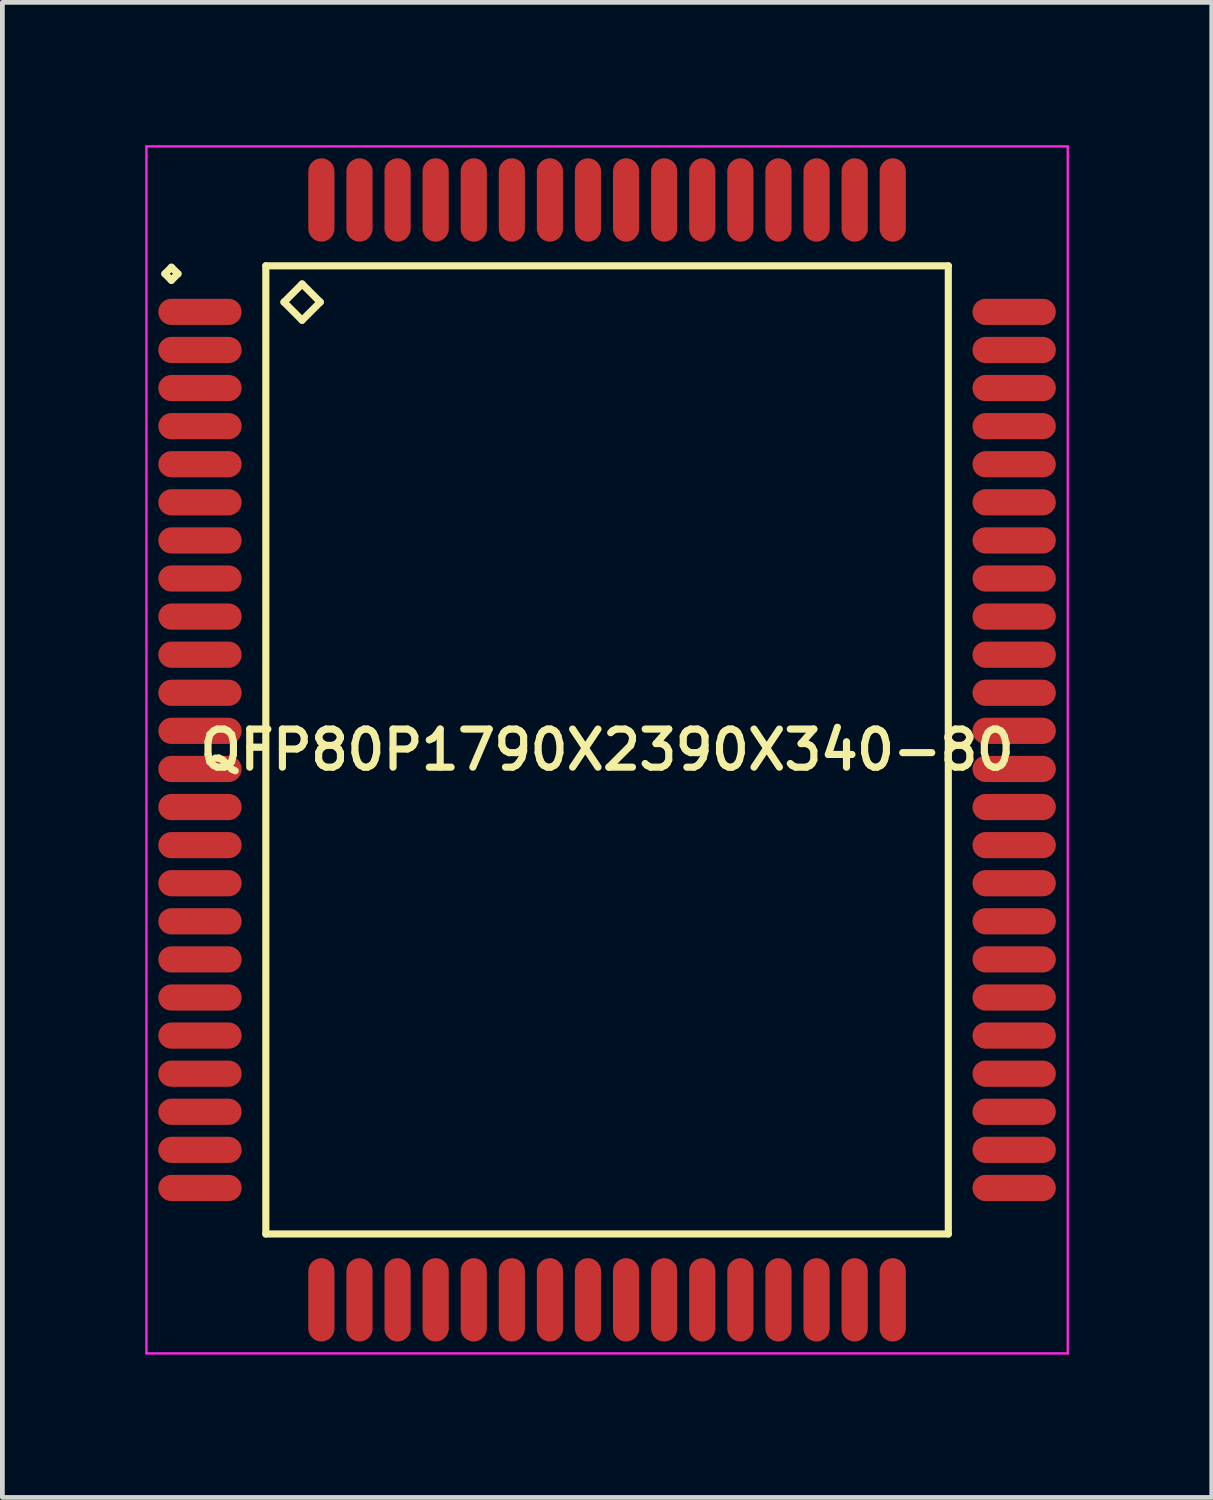
<source format=kicad_pcb>
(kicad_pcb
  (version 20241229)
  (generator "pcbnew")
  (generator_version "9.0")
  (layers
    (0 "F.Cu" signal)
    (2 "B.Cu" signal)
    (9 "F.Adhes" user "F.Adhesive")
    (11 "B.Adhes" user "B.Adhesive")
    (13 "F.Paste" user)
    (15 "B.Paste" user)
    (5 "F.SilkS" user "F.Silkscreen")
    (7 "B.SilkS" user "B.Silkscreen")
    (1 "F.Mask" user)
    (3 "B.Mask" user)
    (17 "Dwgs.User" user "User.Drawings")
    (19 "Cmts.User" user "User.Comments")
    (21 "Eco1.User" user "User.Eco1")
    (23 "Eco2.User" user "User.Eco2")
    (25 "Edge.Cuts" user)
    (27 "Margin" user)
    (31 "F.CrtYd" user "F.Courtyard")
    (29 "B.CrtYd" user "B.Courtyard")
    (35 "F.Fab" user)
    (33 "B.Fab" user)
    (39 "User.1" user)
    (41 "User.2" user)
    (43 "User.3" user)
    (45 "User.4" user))
  (footprint "QFP80P1790X2390X340-80"
    (layer "F.Cu")
    (at 9.7 12.7)
    (property "Reference" "QFP80P1790X2390X340-80" (at 0 0 0) (layer "F.SilkS") (effects (font (size 0.8 0.8) (thickness 0.15))))
    (attr smd)
    (fp_line (start -9.287 -10) (end -9.15 -10.137) (stroke (width 0.15) (type solid)) (layer "F.SilkS"))
    (fp_line (start -9.15 -10.137) (end -9.012 -10) (stroke (width 0.15) (type solid)) (layer "F.SilkS"))
    (fp_line (start -9.15 -9.863) (end -9.287 -10) (stroke (width 0.15) (type solid)) (layer "F.SilkS"))
    (fp_line (start -9.012 -10) (end -9.15 -9.863) (stroke (width 0.15) (type solid)) (layer "F.SilkS"))
    (fp_line (start -7.167 -10.167) (end -7.167 10.167) (stroke (width 0.15) (type solid)) (layer "F.SilkS"))
    (fp_line (start -7.167 10.167) (end 7.167 10.167) (stroke (width 0.15) (type solid)) (layer "F.SilkS"))
    (fp_line (start -6.786 -9.405) (end -6.405 -9.786) (stroke (width 0.15) (type solid)) (layer "F.SilkS"))
    (fp_line (start -6.405 -9.786) (end -6.024 -9.405) (stroke (width 0.15) (type solid)) (layer "F.SilkS"))
    (fp_line (start -6.405 -9.024) (end -6.786 -9.405) (stroke (width 0.15) (type solid)) (layer "F.SilkS"))
    (fp_line (start -6.024 -9.405) (end -6.405 -9.024) (stroke (width 0.15) (type solid)) (layer "F.SilkS"))
    (fp_line (start 7.167 -10.167) (end -7.167 -10.167) (stroke (width 0.15) (type solid)) (layer "F.SilkS"))
    (fp_line (start 7.167 10.167) (end 7.167 -10.167) (stroke (width 0.15) (type solid)) (layer "F.SilkS"))
    (fp_line (start -9.675 -12.675) (end 9.675 -12.675) (stroke (width 0.05) (type solid)) (layer "F.CrtYd"))
    (fp_line (start -9.675 12.675) (end -9.675 -12.675) (stroke (width 0.05) (type solid)) (layer "F.CrtYd"))
    (fp_line (start 9.675 -12.675) (end 9.675 12.675) (stroke (width 0.05) (type solid)) (layer "F.CrtYd"))
    (fp_line (start 9.675 12.675) (end -9.675 12.675) (stroke (width 0.05) (type solid)) (layer "F.CrtYd"))
    (pad "1" smd oval (at -8.55 -9.2) (size 1.75 0.55) (layers "F.Cu" "F.Mask" "F.Paste"))
    (pad "2" smd oval (at -8.55 -8.4) (size 1.75 0.55) (layers "F.Cu" "F.Mask" "F.Paste"))
    (pad "3" smd oval (at -8.55 -7.6) (size 1.75 0.55) (layers "F.Cu" "F.Mask" "F.Paste"))
    (pad "4" smd oval (at -8.55 -6.8) (size 1.75 0.55) (layers "F.Cu" "F.Mask" "F.Paste"))
    (pad "5" smd oval (at -8.55 -6) (size 1.75 0.55) (layers "F.Cu" "F.Mask" "F.Paste"))
    (pad "6" smd oval (at -8.55 -5.2) (size 1.75 0.55) (layers "F.Cu" "F.Mask" "F.Paste"))
    (pad "7" smd oval (at -8.55 -4.4) (size 1.75 0.55) (layers "F.Cu" "F.Mask" "F.Paste"))
    (pad "8" smd oval (at -8.55 -3.6) (size 1.75 0.55) (layers "F.Cu" "F.Mask" "F.Paste"))
    (pad "9" smd oval (at -8.55 -2.8) (size 1.75 0.55) (layers "F.Cu" "F.Mask" "F.Paste"))
    (pad "10" smd oval (at -8.55 -2) (size 1.75 0.55) (layers "F.Cu" "F.Mask" "F.Paste"))
    (pad "11" smd oval (at -8.55 -1.2) (size 1.75 0.55) (layers "F.Cu" "F.Mask" "F.Paste"))
    (pad "12" smd oval (at -8.55 -0.4) (size 1.75 0.55) (layers "F.Cu" "F.Mask" "F.Paste"))
    (pad "13" smd oval (at -8.55 0.4) (size 1.75 0.55) (layers "F.Cu" "F.Mask" "F.Paste"))
    (pad "14" smd oval (at -8.55 1.2) (size 1.75 0.55) (layers "F.Cu" "F.Mask" "F.Paste"))
    (pad "15" smd oval (at -8.55 2) (size 1.75 0.55) (layers "F.Cu" "F.Mask" "F.Paste"))
    (pad "16" smd oval (at -8.55 2.8) (size 1.75 0.55) (layers "F.Cu" "F.Mask" "F.Paste"))
    (pad "17" smd oval (at -8.55 3.6) (size 1.75 0.55) (layers "F.Cu" "F.Mask" "F.Paste"))
    (pad "18" smd oval (at -8.55 4.4) (size 1.75 0.55) (layers "F.Cu" "F.Mask" "F.Paste"))
    (pad "19" smd oval (at -8.55 5.2) (size 1.75 0.55) (layers "F.Cu" "F.Mask" "F.Paste"))
    (pad "20" smd oval (at -8.55 6) (size 1.75 0.55) (layers "F.Cu" "F.Mask" "F.Paste"))
    (pad "21" smd oval (at -8.55 6.8) (size 1.75 0.55) (layers "F.Cu" "F.Mask" "F.Paste"))
    (pad "22" smd oval (at -8.55 7.6) (size 1.75 0.55) (layers "F.Cu" "F.Mask" "F.Paste"))
    (pad "23" smd oval (at -8.55 8.4) (size 1.75 0.55) (layers "F.Cu" "F.Mask" "F.Paste"))
    (pad "24" smd oval (at -8.55 9.2) (size 1.75 0.55) (layers "F.Cu" "F.Mask" "F.Paste"))
    (pad "25" smd oval (at -6 11.55) (size 0.55 1.75) (layers "F.Cu" "F.Mask" "F.Paste"))
    (pad "26" smd oval (at -5.2 11.55) (size 0.55 1.75) (layers "F.Cu" "F.Mask" "F.Paste"))
    (pad "27" smd oval (at -4.4 11.55) (size 0.55 1.75) (layers "F.Cu" "F.Mask" "F.Paste"))
    (pad "28" smd oval (at -3.6 11.55) (size 0.55 1.75) (layers "F.Cu" "F.Mask" "F.Paste"))
    (pad "29" smd oval (at -2.8 11.55) (size 0.55 1.75) (layers "F.Cu" "F.Mask" "F.Paste"))
    (pad "30" smd oval (at -2 11.55) (size 0.55 1.75) (layers "F.Cu" "F.Mask" "F.Paste"))
    (pad "31" smd oval (at -1.2 11.55) (size 0.55 1.75) (layers "F.Cu" "F.Mask" "F.Paste"))
    (pad "32" smd oval (at -0.4 11.55) (size 0.55 1.75) (layers "F.Cu" "F.Mask" "F.Paste"))
    (pad "33" smd oval (at 0.4 11.55) (size 0.55 1.75) (layers "F.Cu" "F.Mask" "F.Paste"))
    (pad "34" smd oval (at 1.2 11.55) (size 0.55 1.75) (layers "F.Cu" "F.Mask" "F.Paste"))
    (pad "35" smd oval (at 2 11.55) (size 0.55 1.75) (layers "F.Cu" "F.Mask" "F.Paste"))
    (pad "36" smd oval (at 2.8 11.55) (size 0.55 1.75) (layers "F.Cu" "F.Mask" "F.Paste"))
    (pad "37" smd oval (at 3.6 11.55) (size 0.55 1.75) (layers "F.Cu" "F.Mask" "F.Paste"))
    (pad "38" smd oval (at 4.4 11.55) (size 0.55 1.75) (layers "F.Cu" "F.Mask" "F.Paste"))
    (pad "39" smd oval (at 5.2 11.55) (size 0.55 1.75) (layers "F.Cu" "F.Mask" "F.Paste"))
    (pad "40" smd oval (at 6 11.55) (size 0.55 1.75) (layers "F.Cu" "F.Mask" "F.Paste"))
    (pad "41" smd oval (at 8.55 9.2) (size 1.75 0.55) (layers "F.Cu" "F.Mask" "F.Paste"))
    (pad "42" smd oval (at 8.55 8.4) (size 1.75 0.55) (layers "F.Cu" "F.Mask" "F.Paste"))
    (pad "43" smd oval (at 8.55 7.6) (size 1.75 0.55) (layers "F.Cu" "F.Mask" "F.Paste"))
    (pad "44" smd oval (at 8.55 6.8) (size 1.75 0.55) (layers "F.Cu" "F.Mask" "F.Paste"))
    (pad "45" smd oval (at 8.55 6) (size 1.75 0.55) (layers "F.Cu" "F.Mask" "F.Paste"))
    (pad "46" smd oval (at 8.55 5.2) (size 1.75 0.55) (layers "F.Cu" "F.Mask" "F.Paste"))
    (pad "47" smd oval (at 8.55 4.4) (size 1.75 0.55) (layers "F.Cu" "F.Mask" "F.Paste"))
    (pad "48" smd oval (at 8.55 3.6) (size 1.75 0.55) (layers "F.Cu" "F.Mask" "F.Paste"))
    (pad "49" smd oval (at 8.55 2.8) (size 1.75 0.55) (layers "F.Cu" "F.Mask" "F.Paste"))
    (pad "50" smd oval (at 8.55 2) (size 1.75 0.55) (layers "F.Cu" "F.Mask" "F.Paste"))
    (pad "51" smd oval (at 8.55 1.2) (size 1.75 0.55) (layers "F.Cu" "F.Mask" "F.Paste"))
    (pad "52" smd oval (at 8.55 0.4) (size 1.75 0.55) (layers "F.Cu" "F.Mask" "F.Paste"))
    (pad "53" smd oval (at 8.55 -0.4) (size 1.75 0.55) (layers "F.Cu" "F.Mask" "F.Paste"))
    (pad "54" smd oval (at 8.55 -1.2) (size 1.75 0.55) (layers "F.Cu" "F.Mask" "F.Paste"))
    (pad "55" smd oval (at 8.55 -2) (size 1.75 0.55) (layers "F.Cu" "F.Mask" "F.Paste"))
    (pad "56" smd oval (at 8.55 -2.8) (size 1.75 0.55) (layers "F.Cu" "F.Mask" "F.Paste"))
    (pad "57" smd oval (at 8.55 -3.6) (size 1.75 0.55) (layers "F.Cu" "F.Mask" "F.Paste"))
    (pad "58" smd oval (at 8.55 -4.4) (size 1.75 0.55) (layers "F.Cu" "F.Mask" "F.Paste"))
    (pad "59" smd oval (at 8.55 -5.2) (size 1.75 0.55) (layers "F.Cu" "F.Mask" "F.Paste"))
    (pad "60" smd oval (at 8.55 -6) (size 1.75 0.55) (layers "F.Cu" "F.Mask" "F.Paste"))
    (pad "61" smd oval (at 8.55 -6.8) (size 1.75 0.55) (layers "F.Cu" "F.Mask" "F.Paste"))
    (pad "62" smd oval (at 8.55 -7.6) (size 1.75 0.55) (layers "F.Cu" "F.Mask" "F.Paste"))
    (pad "63" smd oval (at 8.55 -8.4) (size 1.75 0.55) (layers "F.Cu" "F.Mask" "F.Paste"))
    (pad "64" smd oval (at 8.55 -9.2) (size 1.75 0.55) (layers "F.Cu" "F.Mask" "F.Paste"))
    (pad "65" smd oval (at 6 -11.55) (size 0.55 1.75) (layers "F.Cu" "F.Mask" "F.Paste"))
    (pad "66" smd oval (at 5.2 -11.55) (size 0.55 1.75) (layers "F.Cu" "F.Mask" "F.Paste"))
    (pad "67" smd oval (at 4.4 -11.55) (size 0.55 1.75) (layers "F.Cu" "F.Mask" "F.Paste"))
    (pad "68" smd oval (at 3.6 -11.55) (size 0.55 1.75) (layers "F.Cu" "F.Mask" "F.Paste"))
    (pad "69" smd oval (at 2.8 -11.55) (size 0.55 1.75) (layers "F.Cu" "F.Mask" "F.Paste"))
    (pad "70" smd oval (at 2 -11.55) (size 0.55 1.75) (layers "F.Cu" "F.Mask" "F.Paste"))
    (pad "71" smd oval (at 1.2 -11.55) (size 0.55 1.75) (layers "F.Cu" "F.Mask" "F.Paste"))
    (pad "72" smd oval (at 0.4 -11.55) (size 0.55 1.75) (layers "F.Cu" "F.Mask" "F.Paste"))
    (pad "73" smd oval (at -0.4 -11.55) (size 0.55 1.75) (layers "F.Cu" "F.Mask" "F.Paste"))
    (pad "74" smd oval (at -1.2 -11.55) (size 0.55 1.75) (layers "F.Cu" "F.Mask" "F.Paste"))
    (pad "75" smd oval (at -2 -11.55) (size 0.55 1.75) (layers "F.Cu" "F.Mask" "F.Paste"))
    (pad "76" smd oval (at -2.8 -11.55) (size 0.55 1.75) (layers "F.Cu" "F.Mask" "F.Paste"))
    (pad "77" smd oval (at -3.6 -11.55) (size 0.55 1.75) (layers "F.Cu" "F.Mask" "F.Paste"))
    (pad "78" smd oval (at -4.4 -11.55) (size 0.55 1.75) (layers "F.Cu" "F.Mask" "F.Paste"))
    (pad "79" smd oval (at -5.2 -11.55) (size 0.55 1.75) (layers "F.Cu" "F.Mask" "F.Paste"))
    (pad "80" smd oval (at -6 -11.55) (size 0.55 1.75) (layers "F.Cu" "F.Mask" "F.Paste")))
  (gr_rect
    (start -3 -3)
    (end 22.4 28.4)
    (stroke (width 0.1) (type default))
    (fill no)
    (layer "Edge.Cuts")))
</source>
